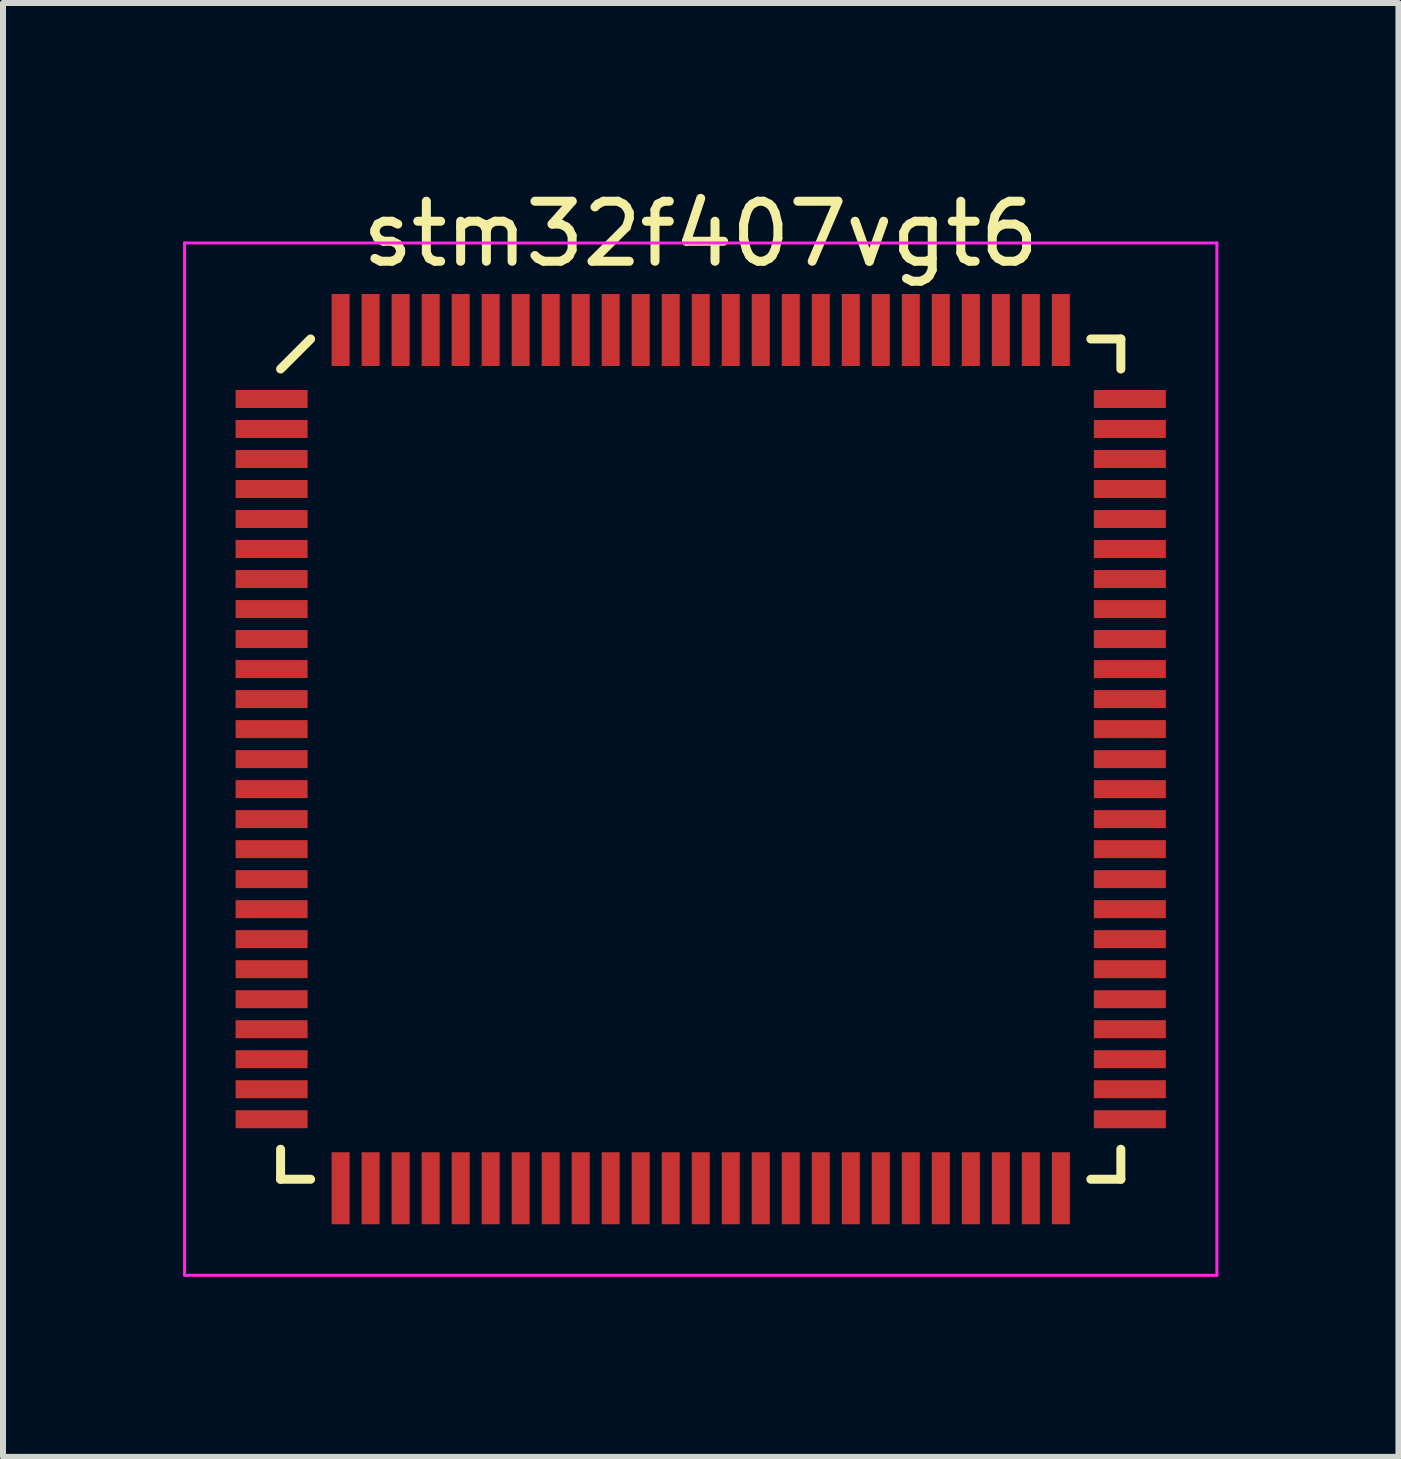
<source format=kicad_pcb>
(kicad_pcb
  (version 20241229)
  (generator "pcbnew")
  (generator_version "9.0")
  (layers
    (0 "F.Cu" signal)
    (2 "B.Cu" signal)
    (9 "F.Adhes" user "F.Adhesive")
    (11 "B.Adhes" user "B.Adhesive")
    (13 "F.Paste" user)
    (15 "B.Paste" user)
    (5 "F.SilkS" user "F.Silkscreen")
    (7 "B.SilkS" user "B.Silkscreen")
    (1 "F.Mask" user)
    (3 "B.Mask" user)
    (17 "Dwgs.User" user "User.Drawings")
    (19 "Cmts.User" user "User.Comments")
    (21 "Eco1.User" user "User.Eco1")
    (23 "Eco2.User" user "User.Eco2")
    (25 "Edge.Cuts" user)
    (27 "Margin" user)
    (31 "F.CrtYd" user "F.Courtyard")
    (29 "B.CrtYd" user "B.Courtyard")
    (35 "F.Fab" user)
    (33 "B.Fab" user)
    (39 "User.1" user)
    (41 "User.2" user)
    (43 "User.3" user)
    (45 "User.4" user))
  (footprint "stm32f407vgt6"
    (layer "F.Cu")
    (at 8.625 9.598)
    (property "Reference" "stm32f407vgt6" (at 0 -8.75 0) (layer "F.SilkS") (effects (font (size 1 1) (thickness 0.15))))
    (attr smd)
    (fp_line (start -7 -6.5) (end -6.5 -7) (stroke (width 0.15) (type solid)) (layer "F.SilkS"))
    (fp_line (start -7 7) (end -7 6.5) (stroke (width 0.15) (type solid)) (layer "F.SilkS"))
    (fp_line (start -6.5 7) (end -7 7) (stroke (width 0.15) (type solid)) (layer "F.SilkS"))
    (fp_line (start 6.5 -7) (end 7 -7) (stroke (width 0.15) (type solid)) (layer "F.SilkS"))
    (fp_line (start 6.5 7) (end 7 7) (stroke (width 0.15) (type solid)) (layer "F.SilkS"))
    (fp_line (start 7 -7) (end 7 -6.5) (stroke (width 0.15) (type solid)) (layer "F.SilkS"))
    (fp_line (start 7 7) (end 7 6.5) (stroke (width 0.15) (type solid)) (layer "F.SilkS"))
    (fp_line (start -8.6 -8.6) (end 8.6 -8.6) (stroke (width 0.05) (type solid)) (layer "F.CrtYd"))
    (fp_line (start -8.6 8.6) (end -8.6 -8.6) (stroke (width 0.05) (type solid)) (layer "F.CrtYd"))
    (fp_line (start 8.6 -8.6) (end 8.6 8.6) (stroke (width 0.05) (type solid)) (layer "F.CrtYd"))
    (fp_line (start 8.6 8.6) (end -8.6 8.6) (stroke (width 0.05) (type solid)) (layer "F.CrtYd"))
    (pad "1" smd rect (at -7.15 -6 90) (size 0.3 1.2) (layers "F.Cu" "F.Mask" "F.Paste"))
    (pad "2" smd rect (at -7.15 -5.5 90) (size 0.3 1.2) (layers "F.Cu" "F.Mask" "F.Paste"))
    (pad "3" smd rect (at -7.15 -5 90) (size 0.3 1.2) (layers "F.Cu" "F.Mask" "F.Paste"))
    (pad "4" smd rect (at -7.15 -4.5 90) (size 0.3 1.2) (layers "F.Cu" "F.Mask" "F.Paste"))
    (pad "5" smd rect (at -7.15 -4 90) (size 0.3 1.2) (layers "F.Cu" "F.Mask" "F.Paste"))
    (pad "6" smd rect (at -7.15 -3.5 90) (size 0.3 1.2) (layers "F.Cu" "F.Mask" "F.Paste"))
    (pad "7" smd rect (at -7.15 -3 90) (size 0.3 1.2) (layers "F.Cu" "F.Mask" "F.Paste"))
    (pad "8" smd rect (at -7.15 -2.5 90) (size 0.3 1.2) (layers "F.Cu" "F.Mask" "F.Paste"))
    (pad "9" smd rect (at -7.15 -2 90) (size 0.3 1.2) (layers "F.Cu" "F.Mask" "F.Paste"))
    (pad "10" smd rect (at -7.15 -1.5 90) (size 0.3 1.2) (layers "F.Cu" "F.Mask" "F.Paste"))
    (pad "11" smd rect (at -7.15 -1 90) (size 0.3 1.2) (layers "F.Cu" "F.Mask" "F.Paste"))
    (pad "12" smd rect (at -7.15 -0.5 90) (size 0.3 1.2) (layers "F.Cu" "F.Mask" "F.Paste"))
    (pad "13" smd rect (at -7.15 0 90) (size 0.3 1.2) (layers "F.Cu" "F.Mask" "F.Paste"))
    (pad "14" smd rect (at -7.15 0.5 90) (size 0.3 1.2) (layers "F.Cu" "F.Mask" "F.Paste"))
    (pad "15" smd rect (at -7.15 1 90) (size 0.3 1.2) (layers "F.Cu" "F.Mask" "F.Paste"))
    (pad "16" smd rect (at -7.15 1.5 90) (size 0.3 1.2) (layers "F.Cu" "F.Mask" "F.Paste"))
    (pad "17" smd rect (at -7.15 2 90) (size 0.3 1.2) (layers "F.Cu" "F.Mask" "F.Paste"))
    (pad "18" smd rect (at -7.15 2.5 90) (size 0.3 1.2) (layers "F.Cu" "F.Mask" "F.Paste"))
    (pad "19" smd rect (at -7.15 3 90) (size 0.3 1.2) (layers "F.Cu" "F.Mask" "F.Paste"))
    (pad "20" smd rect (at -7.15 3.5 90) (size 0.3 1.2) (layers "F.Cu" "F.Mask" "F.Paste"))
    (pad "21" smd rect (at -7.15 4 90) (size 0.3 1.2) (layers "F.Cu" "F.Mask" "F.Paste"))
    (pad "22" smd rect (at -7.15 4.5 90) (size 0.3 1.2) (layers "F.Cu" "F.Mask" "F.Paste"))
    (pad "23" smd rect (at -7.15 5 90) (size 0.3 1.2) (layers "F.Cu" "F.Mask" "F.Paste"))
    (pad "24" smd rect (at -7.15 5.5 90) (size 0.3 1.2) (layers "F.Cu" "F.Mask" "F.Paste"))
    (pad "25" smd rect (at -7.15 6 90) (size 0.3 1.2) (layers "F.Cu" "F.Mask" "F.Paste"))
    (pad "26" smd rect (at -6 7.15) (size 0.3 1.2) (layers "F.Cu" "F.Mask" "F.Paste"))
    (pad "27" smd rect (at -5.5 7.15) (size 0.3 1.2) (layers "F.Cu" "F.Mask" "F.Paste"))
    (pad "28" smd rect (at -5 7.15) (size 0.3 1.2) (layers "F.Cu" "F.Mask" "F.Paste"))
    (pad "29" smd rect (at -4.5 7.15) (size 0.3 1.2) (layers "F.Cu" "F.Mask" "F.Paste"))
    (pad "30" smd rect (at -4 7.15) (size 0.3 1.2) (layers "F.Cu" "F.Mask" "F.Paste"))
    (pad "31" smd rect (at -3.5 7.15) (size 0.3 1.2) (layers "F.Cu" "F.Mask" "F.Paste"))
    (pad "32" smd rect (at -3 7.15) (size 0.3 1.2) (layers "F.Cu" "F.Mask" "F.Paste"))
    (pad "33" smd rect (at -2.5 7.15) (size 0.3 1.2) (layers "F.Cu" "F.Mask" "F.Paste"))
    (pad "34" smd rect (at -2 7.15) (size 0.3 1.2) (layers "F.Cu" "F.Mask" "F.Paste"))
    (pad "35" smd rect (at -1.5 7.15) (size 0.3 1.2) (layers "F.Cu" "F.Mask" "F.Paste"))
    (pad "36" smd rect (at -1 7.15) (size 0.3 1.2) (layers "F.Cu" "F.Mask" "F.Paste"))
    (pad "37" smd rect (at -0.5 7.15) (size 0.3 1.2) (layers "F.Cu" "F.Mask" "F.Paste"))
    (pad "38" smd rect (at 0 7.15) (size 0.3 1.2) (layers "F.Cu" "F.Mask" "F.Paste"))
    (pad "39" smd rect (at 0.5 7.15) (size 0.3 1.2) (layers "F.Cu" "F.Mask" "F.Paste"))
    (pad "40" smd rect (at 1 7.15) (size 0.3 1.2) (layers "F.Cu" "F.Mask" "F.Paste"))
    (pad "41" smd rect (at 1.5 7.15) (size 0.3 1.2) (layers "F.Cu" "F.Mask" "F.Paste"))
    (pad "42" smd rect (at 2 7.15) (size 0.3 1.2) (layers "F.Cu" "F.Mask" "F.Paste"))
    (pad "43" smd rect (at 2.5 7.15) (size 0.3 1.2) (layers "F.Cu" "F.Mask" "F.Paste"))
    (pad "44" smd rect (at 3 7.15) (size 0.3 1.2) (layers "F.Cu" "F.Mask" "F.Paste"))
    (pad "45" smd rect (at 3.5 7.15) (size 0.3 1.2) (layers "F.Cu" "F.Mask" "F.Paste"))
    (pad "46" smd rect (at 4 7.15) (size 0.3 1.2) (layers "F.Cu" "F.Mask" "F.Paste"))
    (pad "47" smd rect (at 4.5 7.15) (size 0.3 1.2) (layers "F.Cu" "F.Mask" "F.Paste"))
    (pad "48" smd rect (at 5 7.15) (size 0.3 1.2) (layers "F.Cu" "F.Mask" "F.Paste"))
    (pad "49" smd rect (at 5.5 7.15) (size 0.3 1.2) (layers "F.Cu" "F.Mask" "F.Paste"))
    (pad "50" smd rect (at 6 7.15) (size 0.3 1.2) (layers "F.Cu" "F.Mask" "F.Paste"))
    (pad "51" smd rect (at 7.15 6 90) (size 0.3 1.2) (layers "F.Cu" "F.Mask" "F.Paste"))
    (pad "52" smd rect (at 7.15 5.5 90) (size 0.3 1.2) (layers "F.Cu" "F.Mask" "F.Paste"))
    (pad "53" smd rect (at 7.15 5 90) (size 0.3 1.2) (layers "F.Cu" "F.Mask" "F.Paste"))
    (pad "54" smd rect (at 7.15 4.5 90) (size 0.3 1.2) (layers "F.Cu" "F.Mask" "F.Paste"))
    (pad "55" smd rect (at 7.15 4 90) (size 0.3 1.2) (layers "F.Cu" "F.Mask" "F.Paste"))
    (pad "56" smd rect (at 7.15 3.5 90) (size 0.3 1.2) (layers "F.Cu" "F.Mask" "F.Paste"))
    (pad "57" smd rect (at 7.15 3 90) (size 0.3 1.2) (layers "F.Cu" "F.Mask" "F.Paste"))
    (pad "58" smd rect (at 7.15 2.5 90) (size 0.3 1.2) (layers "F.Cu" "F.Mask" "F.Paste"))
    (pad "59" smd rect (at 7.15 2 90) (size 0.3 1.2) (layers "F.Cu" "F.Mask" "F.Paste"))
    (pad "60" smd rect (at 7.15 1.5 90) (size 0.3 1.2) (layers "F.Cu" "F.Mask" "F.Paste"))
    (pad "61" smd rect (at 7.15 1 90) (size 0.3 1.2) (layers "F.Cu" "F.Mask" "F.Paste"))
    (pad "62" smd rect (at 7.15 0.5 90) (size 0.3 1.2) (layers "F.Cu" "F.Mask" "F.Paste"))
    (pad "63" smd rect (at 7.15 0 90) (size 0.3 1.2) (layers "F.Cu" "F.Mask" "F.Paste"))
    (pad "64" smd rect (at 7.15 -0.5 90) (size 0.3 1.2) (layers "F.Cu" "F.Mask" "F.Paste"))
    (pad "65" smd rect (at 7.15 -1 90) (size 0.3 1.2) (layers "F.Cu" "F.Mask" "F.Paste"))
    (pad "66" smd rect (at 7.15 -1.5 90) (size 0.3 1.2) (layers "F.Cu" "F.Mask" "F.Paste"))
    (pad "67" smd rect (at 7.15 -2 90) (size 0.3 1.2) (layers "F.Cu" "F.Mask" "F.Paste"))
    (pad "68" smd rect (at 7.15 -2.5 90) (size 0.3 1.2) (layers "F.Cu" "F.Mask" "F.Paste"))
    (pad "69" smd rect (at 7.15 -3 90) (size 0.3 1.2) (layers "F.Cu" "F.Mask" "F.Paste"))
    (pad "70" smd rect (at 7.15 -3.5 90) (size 0.3 1.2) (layers "F.Cu" "F.Mask" "F.Paste"))
    (pad "71" smd rect (at 7.15 -4 90) (size 0.3 1.2) (layers "F.Cu" "F.Mask" "F.Paste"))
    (pad "72" smd rect (at 7.15 -4.5 90) (size 0.3 1.2) (layers "F.Cu" "F.Mask" "F.Paste"))
    (pad "73" smd rect (at 7.15 -5 90) (size 0.3 1.2) (layers "F.Cu" "F.Mask" "F.Paste"))
    (pad "74" smd rect (at 7.15 -5.5 90) (size 0.3 1.2) (layers "F.Cu" "F.Mask" "F.Paste"))
    (pad "75" smd rect (at 7.15 -6 90) (size 0.3 1.2) (layers "F.Cu" "F.Mask" "F.Paste"))
    (pad "76" smd rect (at 6 -7.15) (size 0.3 1.2) (layers "F.Cu" "F.Mask" "F.Paste"))
    (pad "77" smd rect (at 5.5 -7.15) (size 0.3 1.2) (layers "F.Cu" "F.Mask" "F.Paste"))
    (pad "78" smd rect (at 5 -7.15) (size 0.3 1.2) (layers "F.Cu" "F.Mask" "F.Paste"))
    (pad "79" smd rect (at 4.5 -7.15) (size 0.3 1.2) (layers "F.Cu" "F.Mask" "F.Paste"))
    (pad "80" smd rect (at 4 -7.15) (size 0.3 1.2) (layers "F.Cu" "F.Mask" "F.Paste"))
    (pad "81" smd rect (at 3.5 -7.15) (size 0.3 1.2) (layers "F.Cu" "F.Mask" "F.Paste"))
    (pad "82" smd rect (at 3 -7.15) (size 0.3 1.2) (layers "F.Cu" "F.Mask" "F.Paste"))
    (pad "83" smd rect (at 2.5 -7.15) (size 0.3 1.2) (layers "F.Cu" "F.Mask" "F.Paste"))
    (pad "84" smd rect (at 2 -7.15) (size 0.3 1.2) (layers "F.Cu" "F.Mask" "F.Paste"))
    (pad "85" smd rect (at 1.5 -7.15) (size 0.3 1.2) (layers "F.Cu" "F.Mask" "F.Paste"))
    (pad "86" smd rect (at 1 -7.15) (size 0.3 1.2) (layers "F.Cu" "F.Mask" "F.Paste"))
    (pad "87" smd rect (at 0.5 -7.15) (size 0.3 1.2) (layers "F.Cu" "F.Mask" "F.Paste"))
    (pad "88" smd rect (at 0 -7.15) (size 0.3 1.2) (layers "F.Cu" "F.Mask" "F.Paste"))
    (pad "89" smd rect (at -0.5 -7.15) (size 0.3 1.2) (layers "F.Cu" "F.Mask" "F.Paste"))
    (pad "90" smd rect (at -1 -7.15) (size 0.3 1.2) (layers "F.Cu" "F.Mask" "F.Paste"))
    (pad "91" smd rect (at -1.5 -7.15) (size 0.3 1.2) (layers "F.Cu" "F.Mask" "F.Paste"))
    (pad "92" smd rect (at -2 -7.15) (size 0.3 1.2) (layers "F.Cu" "F.Mask" "F.Paste"))
    (pad "93" smd rect (at -2.5 -7.15) (size 0.3 1.2) (layers "F.Cu" "F.Mask" "F.Paste"))
    (pad "94" smd rect (at -3 -7.15) (size 0.3 1.2) (layers "F.Cu" "F.Mask" "F.Paste"))
    (pad "95" smd rect (at -3.5 -7.15) (size 0.3 1.2) (layers "F.Cu" "F.Mask" "F.Paste"))
    (pad "96" smd rect (at -4 -7.15) (size 0.3 1.2) (layers "F.Cu" "F.Mask" "F.Paste"))
    (pad "97" smd rect (at -4.5 -7.15) (size 0.3 1.2) (layers "F.Cu" "F.Mask" "F.Paste"))
    (pad "98" smd rect (at -5 -7.15) (size 0.3 1.2) (layers "F.Cu" "F.Mask" "F.Paste"))
    (pad "99" smd rect (at -5.5 -7.15) (size 0.3 1.2) (layers "F.Cu" "F.Mask" "F.Paste"))
    (pad "100" smd rect (at -6 -7.15) (size 0.3 1.2) (layers "F.Cu" "F.Mask" "F.Paste")))
  (gr_rect
    (start -3 -3)
    (end 20.25 21.223)
    (stroke (width 0.1) (type default))
    (fill no)
    (layer "Edge.Cuts")))
</source>
